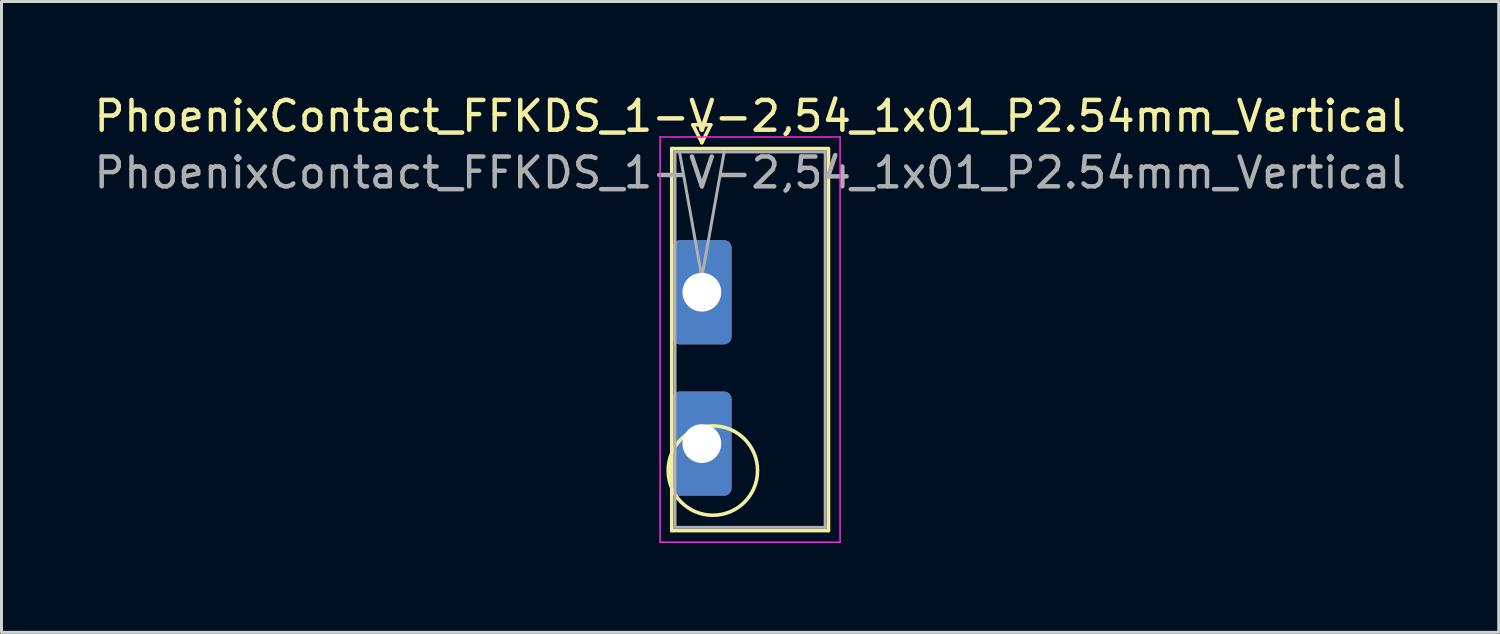
<source format=kicad_pcb>
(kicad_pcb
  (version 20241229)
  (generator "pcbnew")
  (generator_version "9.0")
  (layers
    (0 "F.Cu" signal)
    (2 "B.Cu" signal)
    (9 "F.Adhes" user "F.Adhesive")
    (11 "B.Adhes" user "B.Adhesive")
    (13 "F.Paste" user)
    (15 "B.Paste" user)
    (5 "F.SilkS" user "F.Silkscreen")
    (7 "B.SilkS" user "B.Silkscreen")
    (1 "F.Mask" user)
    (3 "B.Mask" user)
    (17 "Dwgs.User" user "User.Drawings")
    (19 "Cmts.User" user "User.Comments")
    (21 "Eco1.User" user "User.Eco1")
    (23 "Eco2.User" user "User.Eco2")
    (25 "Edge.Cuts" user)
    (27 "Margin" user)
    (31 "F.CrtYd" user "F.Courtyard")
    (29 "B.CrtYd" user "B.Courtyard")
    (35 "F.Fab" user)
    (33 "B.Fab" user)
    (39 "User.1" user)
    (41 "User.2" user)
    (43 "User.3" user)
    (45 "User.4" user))
  (footprint "PhoenixContact_FFKDS_1-V-2,54_1x01_P2.54mm_Vertical"
    (layer "F.Cu")
    (at 20.505 6.758)
    (property "Reference" "PhoenixContact_FFKDS_1-V-2,54_1x01_P2.54mm_Vertical" (at 1.62 -5.91 0) (layer "F.SilkS") (effects (font (size 1 1) (thickness 0.15))))
    (attr through_hole)
    (fp_line (start -1.01 -4.82) (end -1.01 8) (stroke (width 0.12) (type solid)) (layer "F.SilkS"))
    (fp_line (start -1.01 8) (end 4.25 8) (stroke (width 0.12) (type solid)) (layer "F.SilkS"))
    (fp_line (start -0.3 -5.62) (end 0.3 -5.62) (stroke (width 0.12) (type solid)) (layer "F.SilkS"))
    (fp_line (start 0 -5.02) (end -0.3 -5.62) (stroke (width 0.12) (type solid)) (layer "F.SilkS"))
    (fp_line (start 0.3 -5.62) (end 0 -5.02) (stroke (width 0.12) (type solid)) (layer "F.SilkS"))
    (fp_line (start 4.25 -4.82) (end -1.01 -4.82) (stroke (width 0.12) (type solid)) (layer "F.SilkS"))
    (fp_line (start 4.25 8) (end 4.25 -4.82) (stroke (width 0.12) (type solid)) (layer "F.SilkS"))
    (fp_circle (center 0.37 5.985) (end 1.87 5.985) (stroke (width 0.12) (type solid)) (fill no) (layer "F.SilkS"))
    (fp_line (start -1.4 -5.21) (end -1.4 8.39) (stroke (width 0.05) (type solid)) (layer "F.CrtYd"))
    (fp_line (start -1.4 8.39) (end 4.64 8.39) (stroke (width 0.05) (type solid)) (layer "F.CrtYd"))
    (fp_line (start 4.64 -5.21) (end -1.4 -5.21) (stroke (width 0.05) (type solid)) (layer "F.CrtYd"))
    (fp_line (start 4.64 8.39) (end 4.64 -5.21) (stroke (width 0.05) (type solid)) (layer "F.CrtYd"))
    (fp_line (start -0.9 -4.71) (end -0.9 7.89) (stroke (width 0.1) (type solid)) (layer "F.Fab"))
    (fp_line (start -0.9 7.89) (end 4.14 7.89) (stroke (width 0.1) (type solid)) (layer "F.Fab"))
    (fp_line (start 0 -0.5) (end -0.75 -4.71) (stroke (width 0.1) (type solid)) (layer "F.Fab"))
    (fp_line (start 0.75 -4.71) (end 0 -0.5) (stroke (width 0.1) (type solid)) (layer "F.Fab"))
    (fp_line (start 4.14 -4.71) (end -0.9 -4.71) (stroke (width 0.1) (type solid)) (layer "F.Fab"))
    (fp_line (start 4.14 7.89) (end 4.14 -4.71) (stroke (width 0.1) (type solid)) (layer "F.Fab"))
    (fp_text user "${REFERENCE}" (at 1.62 -4.01 0) (layer "F.Fab") (effects (font (size 1 1) (thickness 0.15))))
    (pad "1" thru_hole roundrect (at 0 0) (size 2 3.5) (drill 1.3) (layers "*.Cu" "*.Mask") (roundrect_rratio 0.125))
    (pad "1" thru_hole roundrect (at 0 5.08) (size 2 3.5) (drill 1.3) (layers "*.Cu" "*.Mask") (roundrect_rratio 0.125)))
  (gr_rect
    (start -3 -3)
    (end 47.25 18.173)
    (stroke (width 0.1) (type default))
    (fill no)
    (layer "Edge.Cuts")))
</source>
